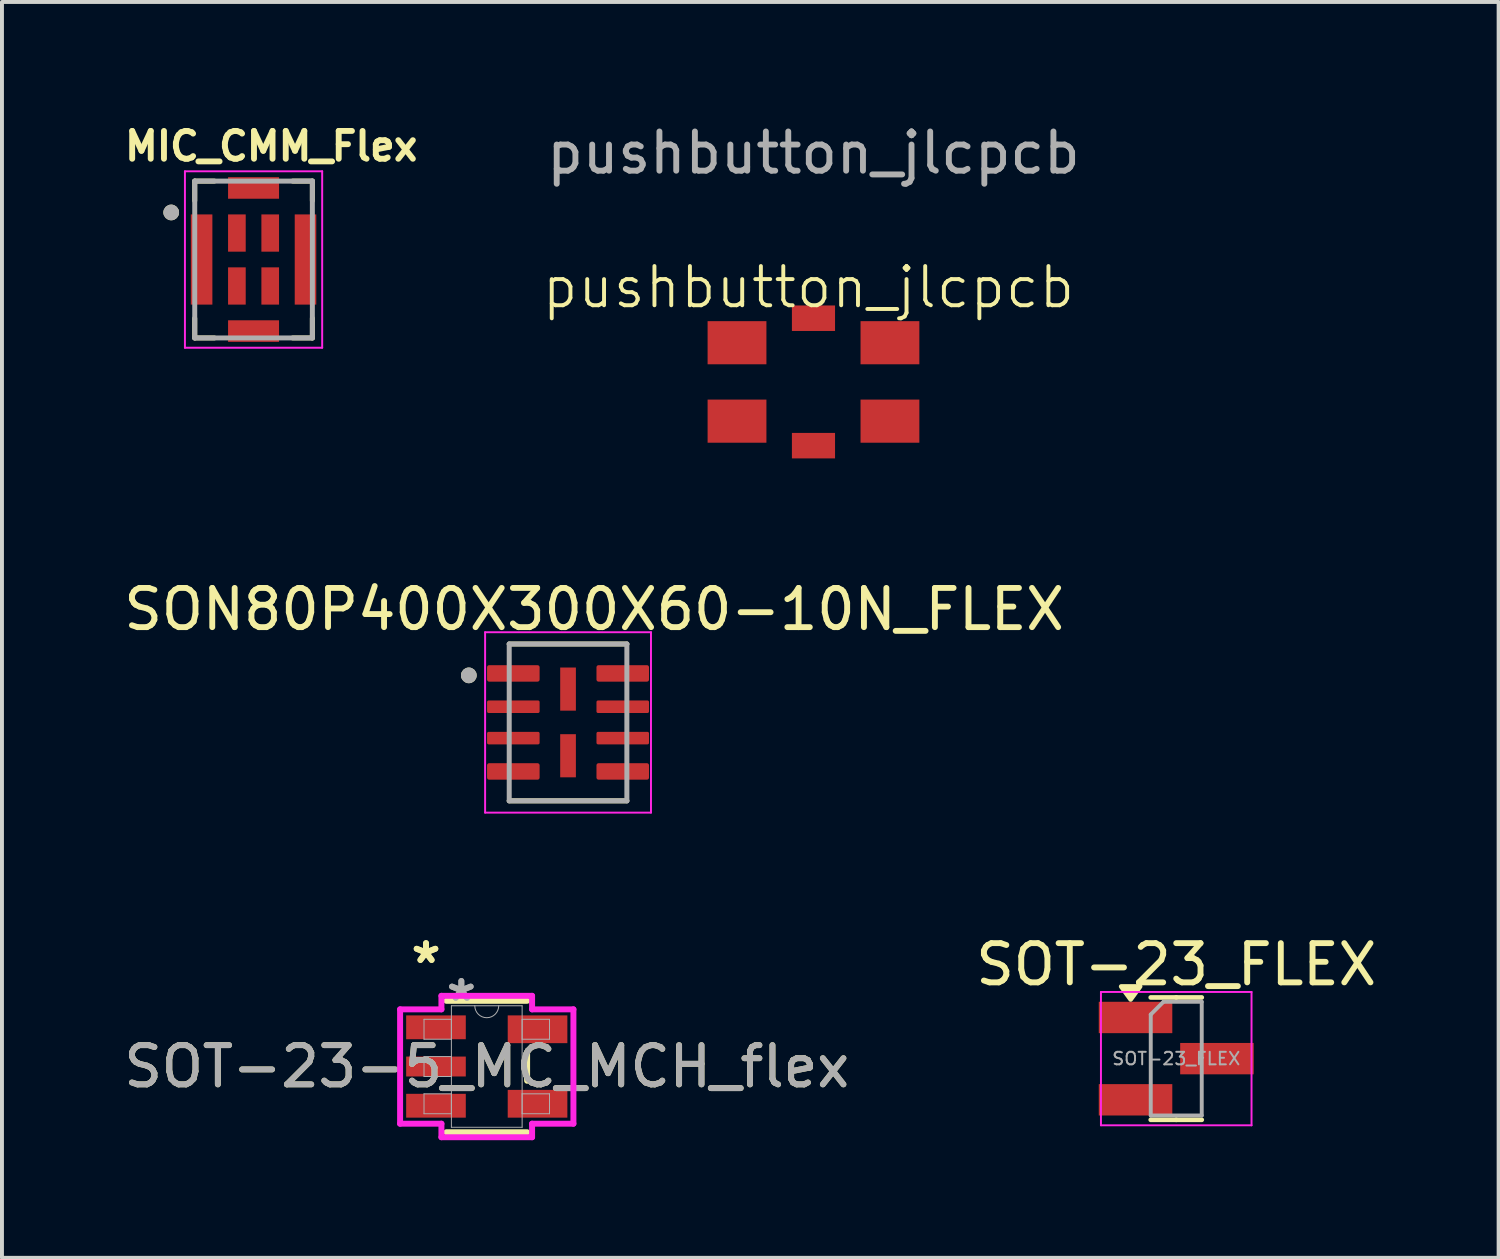
<source format=kicad_pcb>
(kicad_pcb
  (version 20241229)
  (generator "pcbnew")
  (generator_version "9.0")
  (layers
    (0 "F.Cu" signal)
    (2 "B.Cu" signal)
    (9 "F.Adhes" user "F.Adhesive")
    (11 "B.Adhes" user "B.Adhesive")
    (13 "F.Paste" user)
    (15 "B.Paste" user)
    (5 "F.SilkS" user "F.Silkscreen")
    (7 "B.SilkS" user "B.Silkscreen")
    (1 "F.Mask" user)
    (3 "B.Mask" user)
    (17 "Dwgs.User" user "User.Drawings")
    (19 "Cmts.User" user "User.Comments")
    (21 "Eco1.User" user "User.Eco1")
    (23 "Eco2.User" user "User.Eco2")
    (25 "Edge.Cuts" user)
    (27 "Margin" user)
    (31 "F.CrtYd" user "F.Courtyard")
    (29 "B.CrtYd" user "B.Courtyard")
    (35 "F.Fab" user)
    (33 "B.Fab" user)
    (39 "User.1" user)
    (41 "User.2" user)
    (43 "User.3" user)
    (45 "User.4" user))
  (footprint "SOT-23_FLEX"
    (layer "F.Cu")
    (at 26.946 23.947)
    (property "Reference" "SOT-23_FLEX" (at 0 -2.4 0) (layer "F.SilkS") (effects (font (size 1 1) (thickness 0.15))))
    (attr smd)
    (fp_rect (start -1.778 -1.25) (end -0.102 -0.65) (stroke (width 0) (type default)) (fill yes) (layer "F.Mask"))
    (fp_rect (start -1.778 0.65) (end -0.102 1.25) (stroke (width 0) (type default)) (fill yes) (layer "F.Mask"))
    (fp_rect (start 0.1 -0.3) (end 1.775 0.3) (stroke (width 0) (type default)) (fill yes) (layer "F.Mask"))
    (fp_line (start 0 -1.56) (end -0.65 -1.56) (stroke (width 0.12) (type solid)) (layer "F.SilkS"))
    (fp_line (start 0 -1.56) (end 0.65 -1.56) (stroke (width 0.12) (type solid)) (layer "F.SilkS"))
    (fp_line (start 0 1.56) (end -0.65 1.56) (stroke (width 0.12) (type solid)) (layer "F.SilkS"))
    (fp_line (start 0 1.56) (end 0.65 1.56) (stroke (width 0.12) (type solid)) (layer "F.SilkS"))
    (fp_poly (pts (xy -1.163 -1.51) (xy -1.403 -1.84) (xy -0.922 -1.84) (xy -1.163 -1.51)) (stroke (width 0.12) (type solid)) (fill yes) (layer "F.SilkS"))
    (fp_rect (start -1.778 -1.25) (end -0.102 -0.65) (stroke (width 0) (type default)) (fill yes) (layer "F.Paste"))
    (fp_rect (start -1.778 0.65) (end -0.102 1.25) (stroke (width 0) (type default)) (fill yes) (layer "F.Paste"))
    (fp_rect (start 0.1 -0.3) (end 1.775 0.3) (stroke (width 0) (type default)) (fill yes) (layer "F.Paste"))
    (fp_line (start -1.92 -1.7) (end -1.92 1.7) (stroke (width 0.05) (type solid)) (layer "F.CrtYd"))
    (fp_line (start -1.92 1.7) (end 1.92 1.7) (stroke (width 0.05) (type solid)) (layer "F.CrtYd"))
    (fp_line (start 1.92 -1.7) (end -1.92 -1.7) (stroke (width 0.05) (type solid)) (layer "F.CrtYd"))
    (fp_line (start 1.92 1.7) (end 1.92 -1.7) (stroke (width 0.05) (type solid)) (layer "F.CrtYd"))
    (fp_line (start -0.65 -1.125) (end -0.325 -1.45) (stroke (width 0.1) (type solid)) (layer "F.Fab"))
    (fp_line (start -0.65 1.45) (end -0.65 -1.125) (stroke (width 0.1) (type solid)) (layer "F.Fab"))
    (fp_line (start -0.325 -1.45) (end 0.65 -1.45) (stroke (width 0.1) (type solid)) (layer "F.Fab"))
    (fp_line (start 0.65 -1.45) (end 0.65 1.45) (stroke (width 0.1) (type solid)) (layer "F.Fab"))
    (fp_line (start 0.65 1.45) (end -0.65 1.45) (stroke (width 0.1) (type solid)) (layer "F.Fab"))
    (fp_text user "${REFERENCE}" (at 0 0 0) (layer "F.Fab") (effects (font (size 0.32 0.32) (thickness 0.05))))
    (pad "1" smd rect (at -1.038 -1.05) (size 1.875 0.8) (layers "F.Cu"))
    (pad "2" smd rect (at -1.038 1.05) (size 1.875 0.8) (layers "F.Cu"))
    (pad "3" smd rect (at 1.038 0) (size 1.875 0.8) (layers "F.Cu")))
  (footprint "MIC_CMM_Flex"
    (layer "F.Cu")
    (at 3.416 3.568)
    (property "Reference" "MIC_CMM_Flex" (at 0.45 -2.89 0) (layer "F.SilkS") (effects (font (size 0.709 0.709) (thickness 0.15))))
    (attr smd)
    (fp_rect (start -1.35 -1.1) (end 1.35 1.1) (stroke (width 0.1) (type default)) (fill yes) (layer "F.Mask"))
    (fp_rect (start -0.6 -1.855) (end 0.6 1.855) (stroke (width 0.1) (type default)) (fill yes) (layer "F.Mask"))
    (fp_line (start -1.5 -2) (end -1.5 -1.5) (stroke (width 0.127) (type solid)) (layer "F.SilkS"))
    (fp_line (start -1.5 2) (end -1.5 1.5) (stroke (width 0.127) (type solid)) (layer "F.SilkS"))
    (fp_line (start -1 -2) (end -1.5 -2) (stroke (width 0.127) (type solid)) (layer "F.SilkS"))
    (fp_line (start -1 2) (end -1.5 2) (stroke (width 0.127) (type solid)) (layer "F.SilkS"))
    (fp_line (start 1 2) (end 1.5 2) (stroke (width 0.127) (type solid)) (layer "F.SilkS"))
    (fp_line (start 1.5 -2) (end 1 -2) (stroke (width 0.127) (type solid)) (layer "F.SilkS"))
    (fp_line (start 1.5 -1.5) (end 1.5 -2) (stroke (width 0.127) (type solid)) (layer "F.SilkS"))
    (fp_line (start 1.5 2) (end 1.5 1.5) (stroke (width 0.127) (type solid)) (layer "F.SilkS"))
    (fp_circle (center -2.1 -1.2) (end -2 -1.2) (stroke (width 0.2) (type solid)) (fill no) (layer "F.SilkS"))
    (fp_rect (start -1.355 -1.105) (end -1.1 1.105) (stroke (width 0.1) (type default)) (fill yes) (layer "F.Paste"))
    (fp_rect (start -0.6 -1.855) (end 0.6 -1.6) (stroke (width 0.1) (type default)) (fill yes) (layer "F.Paste"))
    (fp_rect (start -0.6 1.6) (end 0.6 1.855) (stroke (width 0.1) (type default)) (fill yes) (layer "F.Paste"))
    (fp_rect (start 1.1 -1.1) (end 1.355 1.11) (stroke (width 0.1) (type default)) (fill yes) (layer "F.Paste"))
    (fp_line (start -1.75 -2.25) (end -1.75 2.25) (stroke (width 0.05) (type solid)) (layer "F.CrtYd"))
    (fp_line (start -1.75 2.25) (end 1.75 2.25) (stroke (width 0.05) (type solid)) (layer "F.CrtYd"))
    (fp_line (start 1.75 -2.25) (end -1.75 -2.25) (stroke (width 0.05) (type solid)) (layer "F.CrtYd"))
    (fp_line (start 1.75 2.25) (end 1.75 -2.25) (stroke (width 0.05) (type solid)) (layer "F.CrtYd"))
    (fp_line (start -1.5 -2) (end -1.5 2) (stroke (width 0.127) (type solid)) (layer "F.Fab"))
    (fp_line (start -1.5 2) (end 1.5 2) (stroke (width 0.127) (type solid)) (layer "F.Fab"))
    (fp_line (start 1.5 -2) (end -1.5 -2) (stroke (width 0.127) (type solid)) (layer "F.Fab"))
    (fp_line (start 1.5 2) (end 1.5 -2) (stroke (width 0.127) (type solid)) (layer "F.Fab"))
    (fp_circle (center -2.1 -1.2) (end -2 -1.2) (stroke (width 0.2) (type solid)) (fill no) (layer "F.Fab"))
    (pad "1" smd rect (at -0.425 -0.675) (size 0.45 0.95) (layers "F.Cu" "F.Mask" "F.Paste"))
    (pad "2" smd rect (at -0.425 0.675) (size 0.45 0.95) (layers "F.Cu" "F.Mask" "F.Paste"))
    (pad "3" smd rect (at 0.425 0.675) (size 0.45 0.95) (layers "F.Cu" "F.Mask" "F.Paste"))
    (pad "4" smd rect (at 0.425 -0.675) (size 0.45 0.95) (layers "F.Cu" "F.Mask" "F.Paste"))
    (pad "5" smd rect (at 0 -1.825) (size 1.3 0.55) (layers "F.Cu" "F.Mask" "F.Paste"))
    (pad "6" smd rect (at -1.325 0) (size 0.55 2.3) (layers "F.Cu" "F.Mask" "F.Paste"))
    (pad "7" smd rect (at 0 1.825) (size 1.3 0.55) (layers "F.Cu" "F.Mask" "F.Paste"))
    (pad "8" smd rect (at 1.325 0) (size 0.55 2.3) (layers "F.Cu" "F.Mask" "F.Paste")))
  (footprint "pushbutton_jlcpcb"
    (layer "F.Cu")
    (at 17.695 6.69)
    (property "Reference" "pushbutton_jlcpcb" (at -0.127 -2.413 0) (unlocked yes) (layer "F.SilkS") (effects (font (size 1 1) (thickness 0.1))))
    (attr smd)
    (fp_text user "${REFERENCE}" (at 0 -5.842 0) (unlocked yes) (layer "F.Fab") (effects (font (size 1 1) (thickness 0.15))))
    (pad "1" smd rect (at -1.95 -1) (size 1.5 1.1) (layers "F.Cu" "F.Mask" "F.Paste"))
    (pad "1" smd rect (at 1.95 -1) (size 1.5 1.1) (layers "F.Cu" "F.Mask" "F.Paste"))
    (pad "2" smd rect (at -1.95 1) (size 1.5 1.1) (layers "F.Cu" "F.Mask" "F.Paste"))
    (pad "2" smd rect (at 1.95 1) (size 1.5 1.1) (layers "F.Cu" "F.Mask" "F.Paste"))
    (pad "5" smd rect (at 0 -1.625) (size 1.1 0.65) (layers "F.Cu" "F.Mask" "F.Paste"))
    (pad "5" smd rect (at 0 1.625) (size 1.1 0.65) (layers "F.Cu" "F.Mask" "F.Paste")))
  (footprint "SON80P400X300X60-10N_FLEX"
    (layer "F.Cu")
    (at 11.436 15.373)
    (property "Reference" "SON80P400X300X60-10N_FLEX" (at 0.665 -2.885 0) (layer "F.SilkS") (effects (font (size 1 1) (thickness 0.15))))
    (attr smd)
    (fp_rect (start -1.865 -1.36) (end -0.825 1.36) (stroke (width 0) (type default)) (fill yes) (layer "F.Mask"))
    (fp_rect (start 0.825 -1.36) (end 1.865 1.36) (stroke (width 0) (type default)) (fill yes) (layer "F.Mask"))
    (fp_line (start -1.5 -2) (end 1.5 -2) (stroke (width 0.127) (type solid)) (layer "F.SilkS"))
    (fp_line (start -1.5 2) (end 1.5 2) (stroke (width 0.127) (type solid)) (layer "F.SilkS"))
    (fp_circle (center -2.53 -1.2) (end -2.43 -1.2) (stroke (width 0.2) (type solid)) (fill no) (layer "F.SilkS"))
    (fp_rect (start -1.865 -1.36) (end -0.825 -1.04) (stroke (width 0) (type default)) (fill yes) (layer "F.Paste"))
    (fp_rect (start -1.865 -0.56) (end -0.825 -0.24) (stroke (width 0) (type default)) (fill yes) (layer "F.Paste"))
    (fp_rect (start -1.865 0.24) (end -0.825 0.56) (stroke (width 0) (type default)) (fill yes) (layer "F.Paste"))
    (fp_rect (start -1.865 1.04) (end -0.825 1.36) (stroke (width 0) (type default)) (fill yes) (layer "F.Paste"))
    (fp_rect (start 0.825 -1.36) (end 1.865 -1.04) (stroke (width 0) (type default)) (fill yes) (layer "F.Paste"))
    (fp_rect (start 0.825 -0.56) (end 1.865 -0.24) (stroke (width 0) (type default)) (fill yes) (layer "F.Paste"))
    (fp_rect (start 0.825 0.24) (end 1.865 0.56) (stroke (width 0) (type default)) (fill yes) (layer "F.Paste"))
    (fp_rect (start 0.825 1.04) (end 1.865 1.36) (stroke (width 0) (type default)) (fill yes) (layer "F.Paste"))
    (fp_line (start -2.115 -2.3) (end -2.115 2.3) (stroke (width 0.05) (type solid)) (layer "F.CrtYd"))
    (fp_line (start -2.115 -2.3) (end 2.115 -2.3) (stroke (width 0.05) (type solid)) (layer "F.CrtYd"))
    (fp_line (start -2.115 2.3) (end 2.115 2.3) (stroke (width 0.05) (type solid)) (layer "F.CrtYd"))
    (fp_line (start 2.115 -2.3) (end 2.115 2.3) (stroke (width 0.05) (type solid)) (layer "F.CrtYd"))
    (fp_line (start -1.5 -2) (end -1.5 2) (stroke (width 0.127) (type solid)) (layer "F.Fab"))
    (fp_line (start -1.5 -2) (end 1.5 -2) (stroke (width 0.127) (type solid)) (layer "F.Fab"))
    (fp_line (start -1.5 2) (end 1.5 2) (stroke (width 0.127) (type solid)) (layer "F.Fab"))
    (fp_line (start 1.5 -2) (end 1.5 2) (stroke (width 0.127) (type solid)) (layer "F.Fab"))
    (fp_circle (center -2.53 -1.2) (end -2.43 -1.2) (stroke (width 0.2) (type solid)) (fill no) (layer "F.Fab"))
    (pad "1" smd roundrect (at -1.395 -1.25) (size 1.34 0.42) (layers "F.Cu") (roundrect_rratio 0.125))
    (pad "2" smd roundrect (at -1.395 -0.4) (size 1.34 0.32) (layers "F.Cu") (roundrect_rratio 0.125))
    (pad "3" smd roundrect (at -1.395 0.4) (size 1.34 0.32) (layers "F.Cu") (roundrect_rratio 0.125))
    (pad "4" smd roundrect (at -1.395 1.25) (size 1.34 0.42) (layers "F.Cu") (roundrect_rratio 0.125))
    (pad "5" smd roundrect (at 1.395 1.25) (size 1.34 0.42) (layers "F.Cu") (roundrect_rratio 0.125))
    (pad "6" smd roundrect (at 1.395 0.4) (size 1.34 0.32) (layers "F.Cu") (roundrect_rratio 0.125))
    (pad "7" smd roundrect (at 1.395 -0.4) (size 1.34 0.32) (layers "F.Cu") (roundrect_rratio 0.125))
    (pad "8" smd roundrect (at 1.395 -1.25) (size 1.34 0.42) (layers "F.Cu") (roundrect_rratio 0.125))
    (pad "9" smd rect (at 0 -0.85) (size 0.4 1.1) (layers "F.Cu" "F.Mask" "F.Paste"))
    (pad "10" smd rect (at 0 0.85) (size 0.4 1.1) (layers "F.Cu" "F.Mask" "F.Paste")))
  (footprint "SOT-23-5_MC_MCH_flex"
    (layer "F.Cu")
    (at 9.363 24.148)
    (property "Reference" "SOT-23-5_MC_MCH_flex" (at 0 0 0) (unlocked yes) (layer "F.SilkS") (effects (font (size 1 1) (thickness 0.15))))
    (attr smd)
    (fp_rect (start -1.955 -1.205) (end -0.635 1.205) (stroke (width 0) (type default)) (fill yes) (layer "F.Mask"))
    (fp_line (start -1.029 1.676) (end 1.029 1.676) (stroke (width 0.152) (type solid)) (layer "F.SilkS"))
    (fp_line (start 1.029 -1.676) (end -1.029 -1.676) (stroke (width 0.152) (type solid)) (layer "F.SilkS"))
    (fp_line (start 1.029 0.363) (end 1.029 -0.363) (stroke (width 0.152) (type solid)) (layer "F.SilkS"))
    (fp_rect (start -1.955 -1.205) (end -0.635 -0.695) (stroke (width 0) (type default)) (fill yes) (layer "F.Paste"))
    (fp_rect (start -1.955 -0.255) (end -0.635 0.255) (stroke (width 0) (type default)) (fill yes) (layer "F.Paste"))
    (fp_rect (start -1.955 0.695) (end -0.635 1.205) (stroke (width 0) (type default)) (fill yes) (layer "F.Paste"))
    (fp_line (start -2.21 -1.458) (end -1.156 -1.458) (stroke (width 0.152) (type solid)) (layer "F.CrtYd"))
    (fp_line (start -2.21 1.458) (end -2.21 -1.458) (stroke (width 0.152) (type solid)) (layer "F.CrtYd"))
    (fp_line (start -1.156 -1.803) (end 1.156 -1.803) (stroke (width 0.152) (type solid)) (layer "F.CrtYd"))
    (fp_line (start -1.156 -1.458) (end -1.156 -1.803) (stroke (width 0.152) (type solid)) (layer "F.CrtYd"))
    (fp_line (start -1.156 1.458) (end -2.21 1.458) (stroke (width 0.152) (type solid)) (layer "F.CrtYd"))
    (fp_line (start -1.156 1.803) (end -1.156 1.458) (stroke (width 0.152) (type solid)) (layer "F.CrtYd"))
    (fp_line (start 1.156 -1.803) (end 1.156 -1.458) (stroke (width 0.152) (type solid)) (layer "F.CrtYd"))
    (fp_line (start 1.156 -1.458) (end 2.21 -1.458) (stroke (width 0.152) (type solid)) (layer "F.CrtYd"))
    (fp_line (start 1.156 1.458) (end 1.156 1.803) (stroke (width 0.152) (type solid)) (layer "F.CrtYd"))
    (fp_line (start 1.156 1.803) (end -1.156 1.803) (stroke (width 0.152) (type solid)) (layer "F.CrtYd"))
    (fp_line (start 2.21 -1.458) (end 2.21 1.458) (stroke (width 0.152) (type solid)) (layer "F.CrtYd"))
    (fp_line (start 2.21 1.458) (end 1.156 1.458) (stroke (width 0.152) (type solid)) (layer "F.CrtYd"))
    (fp_line (start -1.6 -1.204) (end -1.6 -0.696) (stroke (width 0.025) (type solid)) (layer "F.Fab"))
    (fp_line (start -1.6 -0.696) (end -0.902 -0.696) (stroke (width 0.025) (type solid)) (layer "F.Fab"))
    (fp_line (start -1.6 -0.254) (end -1.6 0.254) (stroke (width 0.025) (type solid)) (layer "F.Fab"))
    (fp_line (start -1.6 0.254) (end -0.902 0.254) (stroke (width 0.025) (type solid)) (layer "F.Fab"))
    (fp_line (start -1.6 0.696) (end -1.6 1.204) (stroke (width 0.025) (type solid)) (layer "F.Fab"))
    (fp_line (start -1.6 1.204) (end -0.902 1.204) (stroke (width 0.025) (type solid)) (layer "F.Fab"))
    (fp_line (start -0.902 -1.549) (end -0.902 1.549) (stroke (width 0.025) (type solid)) (layer "F.Fab"))
    (fp_line (start -0.902 -1.204) (end -1.6 -1.204) (stroke (width 0.025) (type solid)) (layer "F.Fab"))
    (fp_line (start -0.902 -0.696) (end -0.902 -1.204) (stroke (width 0.025) (type solid)) (layer "F.Fab"))
    (fp_line (start -0.902 -0.254) (end -1.6 -0.254) (stroke (width 0.025) (type solid)) (layer "F.Fab"))
    (fp_line (start -0.902 0.254) (end -0.902 -0.254) (stroke (width 0.025) (type solid)) (layer "F.Fab"))
    (fp_line (start -0.902 0.696) (end -1.6 0.696) (stroke (width 0.025) (type solid)) (layer "F.Fab"))
    (fp_line (start -0.902 1.204) (end -0.902 0.696) (stroke (width 0.025) (type solid)) (layer "F.Fab"))
    (fp_line (start -0.902 1.549) (end 0.902 1.549) (stroke (width 0.025) (type solid)) (layer "F.Fab"))
    (fp_line (start 0.902 -1.549) (end -0.902 -1.549) (stroke (width 0.025) (type solid)) (layer "F.Fab"))
    (fp_line (start 0.902 -1.204) (end 0.902 -0.696) (stroke (width 0.025) (type solid)) (layer "F.Fab"))
    (fp_line (start 0.902 -0.696) (end 1.6 -0.696) (stroke (width 0.025) (type solid)) (layer "F.Fab"))
    (fp_line (start 0.902 0.696) (end 0.902 1.204) (stroke (width 0.025) (type solid)) (layer "F.Fab"))
    (fp_line (start 0.902 1.204) (end 1.6 1.204) (stroke (width 0.025) (type solid)) (layer "F.Fab"))
    (fp_line (start 0.902 1.549) (end 0.902 -1.549) (stroke (width 0.025) (type solid)) (layer "F.Fab"))
    (fp_line (start 1.6 -1.204) (end 0.902 -1.204) (stroke (width 0.025) (type solid)) (layer "F.Fab"))
    (fp_line (start 1.6 -0.696) (end 1.6 -1.204) (stroke (width 0.025) (type solid)) (layer "F.Fab"))
    (fp_line (start 1.6 0.696) (end 0.902 0.696) (stroke (width 0.025) (type solid)) (layer "F.Fab"))
    (fp_line (start 1.6 1.204) (end 1.6 0.696) (stroke (width 0.025) (type solid)) (layer "F.Fab"))
    (fp_arc (start 0.3048 -1.5494) (mid 0 -1.2446) (end -0.3048 -1.5494) (stroke (width 0.0254) (type solid)) (layer "F.Fab"))
    (fp_text user "*" (at -1.549 -2.601 0) (layer "F.SilkS") (effects (font (size 1 1) (thickness 0.15))))
    (fp_text user "*" (at -1.549 -2.601 0) (unlocked yes) (layer "F.SilkS") (effects (font (size 1 1) (thickness 0.15))))
    (fp_text user "*" (at -0.648 -1.636 0) (unlocked yes) (layer "F.Fab") (effects (font (size 1 1) (thickness 0.15))))
    (fp_text user "*" (at -0.648 -1.636 0) (layer "F.Fab") (effects (font (size 1 1) (thickness 0.15))))
    (fp_text user "${REFERENCE}" (at 0 0 0) (unlocked yes) (layer "F.Fab") (effects (font (size 1 1) (thickness 0.15))))
    (pad "1" smd rect (at -1.295 -1) (size 1.521 0.608) (layers "F.Cu" "F.Mask"))
    (pad "2" smd rect (at -1.295 0) (size 1.521 0.508) (layers "F.Cu" "F.Mask"))
    (pad "3" smd rect (at -1.295 1) (size 1.521 0.608) (layers "F.Cu" "F.Mask"))
    (pad "4" smd rect (at 1.295 0.95) (size 1.521 0.708) (layers "F.Cu" "F.Mask" "F.Paste"))
    (pad "5" smd rect (at 1.295 -0.95) (size 1.521 0.708) (layers "F.Cu" "F.Mask" "F.Paste")))
  (gr_rect
    (start -3 -3)
    (end 35.167 29.027)
    (stroke (width 0.1) (type default))
    (fill no)
    (layer "Edge.Cuts")))
</source>
